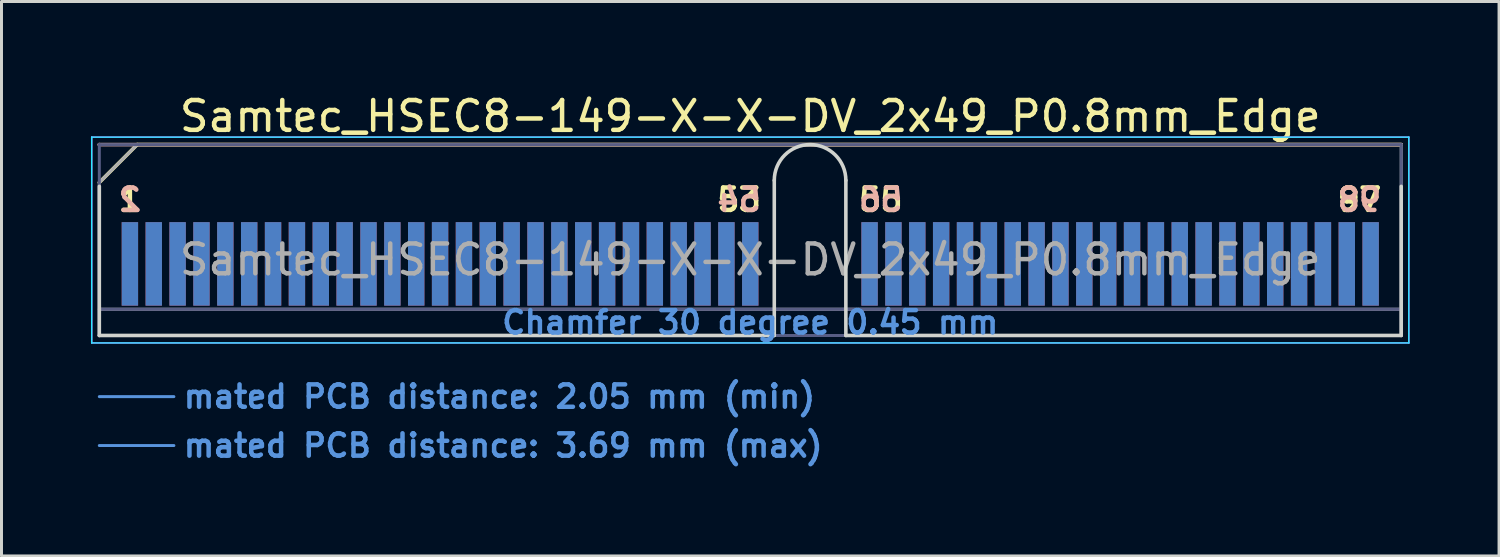
<source format=kicad_pcb>
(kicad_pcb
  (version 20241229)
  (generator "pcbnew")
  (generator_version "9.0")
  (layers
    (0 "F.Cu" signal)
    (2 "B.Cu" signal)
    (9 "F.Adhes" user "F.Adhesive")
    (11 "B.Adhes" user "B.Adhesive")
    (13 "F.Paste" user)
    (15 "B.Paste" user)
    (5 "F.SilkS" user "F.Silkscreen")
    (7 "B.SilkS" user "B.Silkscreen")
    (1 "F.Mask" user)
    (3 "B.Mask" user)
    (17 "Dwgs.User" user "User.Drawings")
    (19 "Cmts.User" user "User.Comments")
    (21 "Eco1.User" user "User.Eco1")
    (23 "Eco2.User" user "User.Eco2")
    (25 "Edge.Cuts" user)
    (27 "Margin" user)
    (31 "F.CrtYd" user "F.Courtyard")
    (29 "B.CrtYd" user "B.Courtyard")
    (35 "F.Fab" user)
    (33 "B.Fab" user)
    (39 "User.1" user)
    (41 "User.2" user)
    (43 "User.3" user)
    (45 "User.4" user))
  (footprint "Samtec_HSEC8-149-X-X-DV_2x49_P0.8mm_Edge"
    (layer "F.Cu")
    (at 22.105 8.198)
    (property "Reference" "Samtec_HSEC8-149-X-X-DV_2x49_P0.8mm_Edge" (at 0 -7.35 0) (layer "F.SilkS") (effects (font (size 1 1) (thickness 0.15))))
    (attr exclude_from_pos_files exclude_from_bom)
    (fp_line (start -21.825 -5.13) (end -20.555 -6.4) (stroke (width 0.12) (type solid)) (layer "F.SilkS"))
    (fp_line (start -20.555 -6.4) (end 21.825 -6.4) (stroke (width 0.12) (type solid)) (layer "F.SilkS"))
    (fp_line (start -21.825 -6.4) (end -21.825 -6.4) (stroke (width 0.12) (type solid)) (layer "B.SilkS"))
    (fp_line (start -21.825 -6.4) (end 21.825 -6.4) (stroke (width 0.12) (type solid)) (layer "B.SilkS"))
    (fp_line (start -21.825 2.05) (end -19.325 2.05) (stroke (width 0.1) (type solid)) (layer "Cmts.User"))
    (fp_line (start -21.825 3.69) (end -19.325 3.69) (stroke (width 0.1) (type solid)) (layer "Cmts.User"))
    (fp_line (start -21.825 -5) (end -21.825 0) (stroke (width 0.12) (type solid)) (layer "Edge.Cuts"))
    (fp_line (start -21.825 0) (end 0.805 0) (stroke (width 0.12) (type solid)) (layer "Edge.Cuts"))
    (fp_line (start 0.805 0) (end 0.805 -5.2) (stroke (width 0.12) (type solid)) (layer "Edge.Cuts"))
    (fp_line (start 3.205 -5.2) (end 3.205 0) (stroke (width 0.12) (type solid)) (layer "Edge.Cuts"))
    (fp_line (start 3.205 0) (end 21.825 0) (stroke (width 0.12) (type solid)) (layer "Edge.Cuts"))
    (fp_line (start 21.825 0) (end 21.825 -5) (stroke (width 0.12) (type solid)) (layer "Edge.Cuts"))
    (fp_arc (start 0.805 -5.2) (mid 2.005 -6.4) (end 3.205 -5.2) (stroke (width 0.12) (type solid)) (layer "Edge.Cuts"))
    (fp_line (start -22.08 -6.65) (end -22.08 0.25) (stroke (width 0.05) (type solid)) (layer "B.CrtYd"))
    (fp_line (start -22.08 0.25) (end 22.08 0.25) (stroke (width 0.05) (type solid)) (layer "B.CrtYd"))
    (fp_line (start 22.08 -6.65) (end -22.08 -6.65) (stroke (width 0.05) (type solid)) (layer "B.CrtYd"))
    (fp_line (start 22.08 0.25) (end 22.08 -6.65) (stroke (width 0.05) (type solid)) (layer "B.CrtYd"))
    (fp_line (start -22.08 -6.65) (end -22.08 0.25) (stroke (width 0.05) (type solid)) (layer "F.CrtYd"))
    (fp_line (start -22.08 0.25) (end 22.08 0.25) (stroke (width 0.05) (type solid)) (layer "F.CrtYd"))
    (fp_line (start 22.08 -6.65) (end -22.08 -6.65) (stroke (width 0.05) (type solid)) (layer "F.CrtYd"))
    (fp_line (start 22.08 0.25) (end 22.08 -6.65) (stroke (width 0.05) (type solid)) (layer "F.CrtYd"))
    (fp_line (start -21.825 -6.4) (end -21.825 -6.4) (stroke (width 0.1) (type solid)) (layer "B.Fab"))
    (fp_line (start -21.825 -6.4) (end -21.825 0) (stroke (width 0.1) (type solid)) (layer "B.Fab"))
    (fp_line (start -21.825 -6.4) (end 21.825 -6.4) (stroke (width 0.1) (type solid)) (layer "B.Fab"))
    (fp_line (start -21.825 -0.88) (end 21.825 -0.88) (stroke (width 0.1) (type solid)) (layer "B.Fab"))
    (fp_line (start -21.825 0) (end 21.825 0) (stroke (width 0.1) (type solid)) (layer "B.Fab"))
    (fp_line (start 21.825 -6.4) (end 21.825 0) (stroke (width 0.1) (type solid)) (layer "B.Fab"))
    (fp_line (start -21.825 -5.13) (end -21.825 0) (stroke (width 0.1) (type solid)) (layer "F.Fab"))
    (fp_line (start -21.825 -5.13) (end -20.555 -6.4) (stroke (width 0.1) (type solid)) (layer "F.Fab"))
    (fp_line (start -21.825 -0.88) (end 21.825 -0.88) (stroke (width 0.1) (type solid)) (layer "F.Fab"))
    (fp_line (start -21.825 0) (end 21.825 0) (stroke (width 0.1) (type solid)) (layer "F.Fab"))
    (fp_line (start -20.555 -6.4) (end 21.825 -6.4) (stroke (width 0.1) (type solid)) (layer "F.Fab"))
    (fp_line (start 21.825 -6.4) (end 21.825 0) (stroke (width 0.1) (type solid)) (layer "F.Fab"))
    (fp_text user "1" (at -20.8 -4.55 0) (layer "F.SilkS") (effects (font (size 0.75 0.75) (thickness 0.15))))
    (fp_text user "53" (at -0.375 -4.55 0) (layer "F.SilkS") (effects (font (size 0.75 0.75) (thickness 0.15))))
    (fp_text user "97" (at 20.425 -4.55 0) (layer "F.SilkS") (effects (font (size 0.75 0.75) (thickness 0.15))))
    (fp_text user "55" (at 4.375 -4.55 0) (layer "F.SilkS") (effects (font (size 0.75 0.75) (thickness 0.15))))
    (fp_text user "56" (at 4.375 -4.55 0) (layer "B.SilkS") (effects (font (size 0.75 0.75) (thickness 0.15)) (justify mirror)))
    (fp_text user "2" (at -20.8 -4.55 0) (layer "B.SilkS") (effects (font (size 0.75 0.75) (thickness 0.15)) (justify mirror)))
    (fp_text user "54" (at -0.375 -4.55 0) (layer "B.SilkS") (effects (font (size 0.75 0.75) (thickness 0.15)) (justify mirror)))
    (fp_text user "98" (at 20.425 -4.55 0) (layer "B.SilkS") (effects (font (size 0.75 0.75) (thickness 0.15)) (justify mirror)))
    (fp_text user "mated PCB distance: 2.05 mm (min)" (at -19.08 2.05 0) (layer "Cmts.User") (effects (font (size 0.75 0.75) (thickness 0.15)) (justify left)))
    (fp_text user "mated PCB distance: 3.69 mm (max)" (at -19.08 3.69 0) (layer "Cmts.User") (effects (font (size 0.75 0.75) (thickness 0.15)) (justify left)))
    (fp_text user "Chamfer 30 degree 0.45 mm" (at 0 -0.44 0) (layer "Cmts.User") (effects (font (size 0.75 0.75) (thickness 0.15))))
    (fp_text user "${REFERENCE}" (at 0 -2.54 0) (layer "F.Fab") (effects (font (size 1 1) (thickness 0.15))))
    (pad "1" connect rect (at -20.8 -2.4) (size 0.55 2.8) (layers "F.Cu" "F.Mask"))
    (pad "2" connect rect (at -20.8 -2.4) (size 0.55 2.8) (layers "B.Cu" "B.Mask"))
    (pad "3" connect rect (at -20 -2.4) (size 0.55 2.8) (layers "F.Cu" "F.Mask"))
    (pad "4" connect rect (at -20 -2.4) (size 0.55 2.8) (layers "B.Cu" "B.Mask"))
    (pad "5" connect rect (at -19.2 -2.4) (size 0.55 2.8) (layers "F.Cu" "F.Mask"))
    (pad "6" connect rect (at -19.2 -2.4) (size 0.55 2.8) (layers "B.Cu" "B.Mask"))
    (pad "7" connect rect (at -18.4 -2.4) (size 0.55 2.8) (layers "F.Cu" "F.Mask"))
    (pad "8" connect rect (at -18.4 -2.4) (size 0.55 2.8) (layers "B.Cu" "B.Mask"))
    (pad "9" connect rect (at -17.6 -2.4) (size 0.55 2.8) (layers "F.Cu" "F.Mask"))
    (pad "10" connect rect (at -17.6 -2.4) (size 0.55 2.8) (layers "B.Cu" "B.Mask"))
    (pad "11" connect rect (at -16.8 -2.4) (size 0.55 2.8) (layers "F.Cu" "F.Mask"))
    (pad "12" connect rect (at -16.8 -2.4) (size 0.55 2.8) (layers "B.Cu" "B.Mask"))
    (pad "13" connect rect (at -16 -2.4) (size 0.55 2.8) (layers "F.Cu" "F.Mask"))
    (pad "14" connect rect (at -16 -2.4) (size 0.55 2.8) (layers "B.Cu" "B.Mask"))
    (pad "15" connect rect (at -15.2 -2.4) (size 0.55 2.8) (layers "F.Cu" "F.Mask"))
    (pad "16" connect rect (at -15.2 -2.4) (size 0.55 2.8) (layers "B.Cu" "B.Mask"))
    (pad "17" connect rect (at -14.4 -2.4) (size 0.55 2.8) (layers "F.Cu" "F.Mask"))
    (pad "18" connect rect (at -14.4 -2.4) (size 0.55 2.8) (layers "B.Cu" "B.Mask"))
    (pad "19" connect rect (at -13.6 -2.4) (size 0.55 2.8) (layers "F.Cu" "F.Mask"))
    (pad "20" connect rect (at -13.6 -2.4) (size 0.55 2.8) (layers "B.Cu" "B.Mask"))
    (pad "21" connect rect (at -12.8 -2.4) (size 0.55 2.8) (layers "F.Cu" "F.Mask"))
    (pad "22" connect rect (at -12.8 -2.4) (size 0.55 2.8) (layers "B.Cu" "B.Mask"))
    (pad "23" connect rect (at -12 -2.4) (size 0.55 2.8) (layers "F.Cu" "F.Mask"))
    (pad "24" connect rect (at -12 -2.4) (size 0.55 2.8) (layers "B.Cu" "B.Mask"))
    (pad "25" connect rect (at -11.2 -2.4) (size 0.55 2.8) (layers "F.Cu" "F.Mask"))
    (pad "26" connect rect (at -11.2 -2.4) (size 0.55 2.8) (layers "B.Cu" "B.Mask"))
    (pad "27" connect rect (at -10.4 -2.4) (size 0.55 2.8) (layers "F.Cu" "F.Mask"))
    (pad "28" connect rect (at -10.4 -2.4) (size 0.55 2.8) (layers "B.Cu" "B.Mask"))
    (pad "29" connect rect (at -9.6 -2.4) (size 0.55 2.8) (layers "F.Cu" "F.Mask"))
    (pad "30" connect rect (at -9.6 -2.4) (size 0.55 2.8) (layers "B.Cu" "B.Mask"))
    (pad "31" connect rect (at -8.8 -2.4) (size 0.55 2.8) (layers "F.Cu" "F.Mask"))
    (pad "32" connect rect (at -8.8 -2.4) (size 0.55 2.8) (layers "B.Cu" "B.Mask"))
    (pad "33" connect rect (at -8 -2.4) (size 0.55 2.8) (layers "F.Cu" "F.Mask"))
    (pad "34" connect rect (at -8 -2.4) (size 0.55 2.8) (layers "B.Cu" "B.Mask"))
    (pad "35" connect rect (at -7.2 -2.4) (size 0.55 2.8) (layers "F.Cu" "F.Mask"))
    (pad "36" connect rect (at -7.2 -2.4) (size 0.55 2.8) (layers "B.Cu" "B.Mask"))
    (pad "37" connect rect (at -6.4 -2.4) (size 0.55 2.8) (layers "F.Cu" "F.Mask"))
    (pad "38" connect rect (at -6.4 -2.4) (size 0.55 2.8) (layers "B.Cu" "B.Mask"))
    (pad "39" connect rect (at -5.6 -2.4) (size 0.55 2.8) (layers "F.Cu" "F.Mask"))
    (pad "40" connect rect (at -5.6 -2.4) (size 0.55 2.8) (layers "B.Cu" "B.Mask"))
    (pad "41" connect rect (at -4.8 -2.4) (size 0.55 2.8) (layers "F.Cu" "F.Mask"))
    (pad "42" connect rect (at -4.8 -2.4) (size 0.55 2.8) (layers "B.Cu" "B.Mask"))
    (pad "43" connect rect (at -4 -2.4) (size 0.55 2.8) (layers "F.Cu" "F.Mask"))
    (pad "44" connect rect (at -4 -2.4) (size 0.55 2.8) (layers "B.Cu" "B.Mask"))
    (pad "45" connect rect (at -3.2 -2.4) (size 0.55 2.8) (layers "F.Cu" "F.Mask"))
    (pad "46" connect rect (at -3.2 -2.4) (size 0.55 2.8) (layers "B.Cu" "B.Mask"))
    (pad "47" connect rect (at -2.4 -2.4) (size 0.55 2.8) (layers "F.Cu" "F.Mask"))
    (pad "48" connect rect (at -2.4 -2.4) (size 0.55 2.8) (layers "B.Cu" "B.Mask"))
    (pad "49" connect rect (at -1.6 -2.4) (size 0.55 2.8) (layers "F.Cu" "F.Mask"))
    (pad "50" connect rect (at -1.6 -2.4) (size 0.55 2.8) (layers "B.Cu" "B.Mask"))
    (pad "51" connect rect (at -0.8 -2.4) (size 0.55 2.8) (layers "F.Cu" "F.Mask"))
    (pad "52" connect rect (at -0.8 -2.4) (size 0.55 2.8) (layers "B.Cu" "B.Mask"))
    (pad "53" connect rect (at 0 -2.4) (size 0.55 2.8) (layers "F.Cu" "F.Mask"))
    (pad "54" connect rect (at 0 -2.4) (size 0.55 2.8) (layers "B.Cu" "B.Mask"))
    (pad "55" connect rect (at 4 -2.4) (size 0.55 2.8) (layers "F.Cu" "F.Mask"))
    (pad "56" connect rect (at 4 -2.4) (size 0.55 2.8) (layers "B.Cu" "B.Mask"))
    (pad "57" connect rect (at 4.8 -2.4) (size 0.55 2.8) (layers "F.Cu" "F.Mask"))
    (pad "58" connect rect (at 4.8 -2.4) (size 0.55 2.8) (layers "B.Cu" "B.Mask"))
    (pad "59" connect rect (at 5.6 -2.4) (size 0.55 2.8) (layers "F.Cu" "F.Mask"))
    (pad "60" connect rect (at 5.6 -2.4) (size 0.55 2.8) (layers "B.Cu" "B.Mask"))
    (pad "61" connect rect (at 6.4 -2.4) (size 0.55 2.8) (layers "F.Cu" "F.Mask"))
    (pad "62" connect rect (at 6.4 -2.4) (size 0.55 2.8) (layers "B.Cu" "B.Mask"))
    (pad "63" connect rect (at 7.2 -2.4) (size 0.55 2.8) (layers "F.Cu" "F.Mask"))
    (pad "64" connect rect (at 7.2 -2.4) (size 0.55 2.8) (layers "B.Cu" "B.Mask"))
    (pad "65" connect rect (at 8 -2.4) (size 0.55 2.8) (layers "F.Cu" "F.Mask"))
    (pad "66" connect rect (at 8 -2.4) (size 0.55 2.8) (layers "B.Cu" "B.Mask"))
    (pad "67" connect rect (at 8.8 -2.4) (size 0.55 2.8) (layers "F.Cu" "F.Mask"))
    (pad "68" connect rect (at 8.8 -2.4) (size 0.55 2.8) (layers "B.Cu" "B.Mask"))
    (pad "69" connect rect (at 9.6 -2.4) (size 0.55 2.8) (layers "F.Cu" "F.Mask"))
    (pad "70" connect rect (at 9.6 -2.4) (size 0.55 2.8) (layers "B.Cu" "B.Mask"))
    (pad "71" connect rect (at 10.4 -2.4) (size 0.55 2.8) (layers "F.Cu" "F.Mask"))
    (pad "72" connect rect (at 10.4 -2.4) (size 0.55 2.8) (layers "B.Cu" "B.Mask"))
    (pad "73" connect rect (at 11.2 -2.4) (size 0.55 2.8) (layers "F.Cu" "F.Mask"))
    (pad "74" connect rect (at 11.2 -2.4) (size 0.55 2.8) (layers "B.Cu" "B.Mask"))
    (pad "75" connect rect (at 12 -2.4) (size 0.55 2.8) (layers "F.Cu" "F.Mask"))
    (pad "76" connect rect (at 12 -2.4) (size 0.55 2.8) (layers "B.Cu" "B.Mask"))
    (pad "77" connect rect (at 12.8 -2.4) (size 0.55 2.8) (layers "F.Cu" "F.Mask"))
    (pad "78" connect rect (at 12.8 -2.4) (size 0.55 2.8) (layers "B.Cu" "B.Mask"))
    (pad "79" connect rect (at 13.6 -2.4) (size 0.55 2.8) (layers "F.Cu" "F.Mask"))
    (pad "80" connect rect (at 13.6 -2.4) (size 0.55 2.8) (layers "B.Cu" "B.Mask"))
    (pad "81" connect rect (at 14.4 -2.4) (size 0.55 2.8) (layers "F.Cu" "F.Mask"))
    (pad "82" connect rect (at 14.4 -2.4) (size 0.55 2.8) (layers "B.Cu" "B.Mask"))
    (pad "83" connect rect (at 15.2 -2.4) (size 0.55 2.8) (layers "F.Cu" "F.Mask"))
    (pad "84" connect rect (at 15.2 -2.4) (size 0.55 2.8) (layers "B.Cu" "B.Mask"))
    (pad "85" connect rect (at 16 -2.4) (size 0.55 2.8) (layers "F.Cu" "F.Mask"))
    (pad "86" connect rect (at 16 -2.4) (size 0.55 2.8) (layers "B.Cu" "B.Mask"))
    (pad "87" connect rect (at 16.8 -2.4) (size 0.55 2.8) (layers "F.Cu" "F.Mask"))
    (pad "88" connect rect (at 16.8 -2.4) (size 0.55 2.8) (layers "B.Cu" "B.Mask"))
    (pad "89" connect rect (at 17.6 -2.4) (size 0.55 2.8) (layers "F.Cu" "F.Mask"))
    (pad "90" connect rect (at 17.6 -2.4) (size 0.55 2.8) (layers "B.Cu" "B.Mask"))
    (pad "91" connect rect (at 18.4 -2.4) (size 0.55 2.8) (layers "F.Cu" "F.Mask"))
    (pad "92" connect rect (at 18.4 -2.4) (size 0.55 2.8) (layers "B.Cu" "B.Mask"))
    (pad "93" connect rect (at 19.2 -2.4) (size 0.55 2.8) (layers "F.Cu" "F.Mask"))
    (pad "94" connect rect (at 19.2 -2.4) (size 0.55 2.8) (layers "B.Cu" "B.Mask"))
    (pad "95" connect rect (at 20 -2.4) (size 0.55 2.8) (layers "F.Cu" "F.Mask"))
    (pad "96" connect rect (at 20 -2.4) (size 0.55 2.8) (layers "B.Cu" "B.Mask"))
    (pad "97" connect rect (at 20.8 -2.4) (size 0.55 2.8) (layers "F.Cu" "F.Mask"))
    (pad "98" connect rect (at 20.8 -2.4) (size 0.55 2.8) (layers "B.Cu" "B.Mask")))
  (gr_rect
    (start -3 -3)
    (end 47.21 15.59)
    (stroke (width 0.1) (type default))
    (fill no)
    (layer "Edge.Cuts")))
</source>
